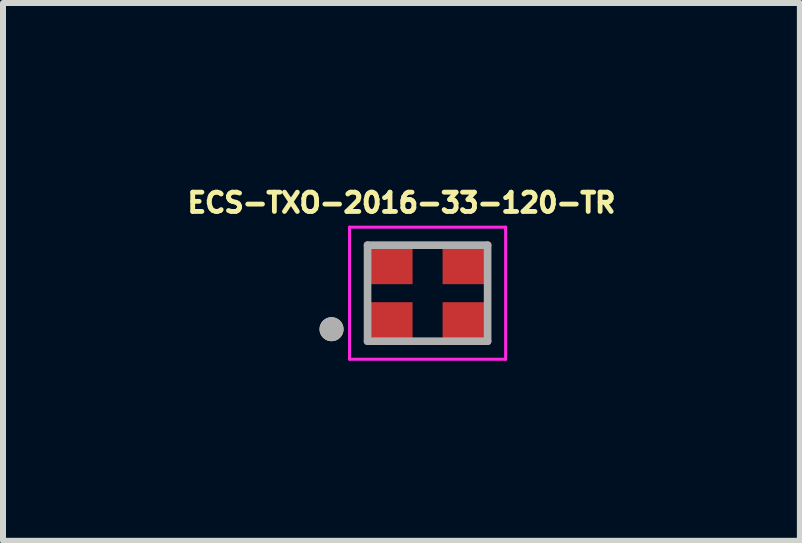
<source format=kicad_pcb>
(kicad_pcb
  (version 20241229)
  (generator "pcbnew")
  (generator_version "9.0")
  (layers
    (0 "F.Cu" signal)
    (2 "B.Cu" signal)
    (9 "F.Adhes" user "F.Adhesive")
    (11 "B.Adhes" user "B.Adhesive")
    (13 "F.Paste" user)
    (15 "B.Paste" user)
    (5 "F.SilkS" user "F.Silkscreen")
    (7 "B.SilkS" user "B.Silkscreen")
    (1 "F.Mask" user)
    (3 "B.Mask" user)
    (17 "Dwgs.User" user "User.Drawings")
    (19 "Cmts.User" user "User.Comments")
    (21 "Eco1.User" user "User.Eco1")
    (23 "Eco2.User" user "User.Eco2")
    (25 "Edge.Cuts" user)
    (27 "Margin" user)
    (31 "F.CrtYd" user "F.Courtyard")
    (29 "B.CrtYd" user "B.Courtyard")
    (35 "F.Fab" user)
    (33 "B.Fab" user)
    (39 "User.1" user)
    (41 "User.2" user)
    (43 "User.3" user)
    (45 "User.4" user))
  (footprint "ECS-TXO-2016-33-120-TR"
    (layer "F.Cu")
    (at 4.073 1.834)
    (property "Reference" "ECS-TXO-2016-33-120-TR" (at -0.435 -1.506 0) (layer "F.SilkS") (effects (font (size 0.321 0.321) (thickness 0.15))))
    (attr through_hole)
    (fp_circle (center -1.6 0.6) (end -1.5 0.6) (stroke (width 0.2) (type solid)) (fill no) (layer "F.SilkS"))
    (fp_line (start -1.3 -1.1) (end 1.3 -1.1) (stroke (width 0.05) (type solid)) (layer "F.CrtYd"))
    (fp_line (start -1.3 1.1) (end -1.3 -1.1) (stroke (width 0.05) (type solid)) (layer "F.CrtYd"))
    (fp_line (start 1.3 -1.1) (end 1.3 1.1) (stroke (width 0.05) (type solid)) (layer "F.CrtYd"))
    (fp_line (start 1.3 1.1) (end -1.3 1.1) (stroke (width 0.05) (type solid)) (layer "F.CrtYd"))
    (fp_line (start -1 -0.8) (end 1 -0.8) (stroke (width 0.127) (type solid)) (layer "F.Fab"))
    (fp_line (start -1 0.8) (end -1 -0.8) (stroke (width 0.127) (type solid)) (layer "F.Fab"))
    (fp_line (start 1 -0.8) (end 1 0.8) (stroke (width 0.127) (type solid)) (layer "F.Fab"))
    (fp_line (start 1 0.8) (end -1 0.8) (stroke (width 0.127) (type solid)) (layer "F.Fab"))
    (fp_circle (center -1.6 0.6) (end -1.5 0.6) (stroke (width 0.2) (type solid)) (fill no) (layer "F.Fab"))
    (pad "1" smd rect (at -0.65 0.5 90) (size 0.7 0.8) (layers "F.Cu" "F.Mask" "F.Paste"))
    (pad "2" smd rect (at 0.65 0.5 90) (size 0.7 0.8) (layers "F.Cu" "F.Mask" "F.Paste"))
    (pad "3" smd rect (at 0.65 -0.5 90) (size 0.7 0.8) (layers "F.Cu" "F.Mask" "F.Paste"))
    (pad "4" smd rect (at -0.65 -0.5 90) (size 0.7 0.8) (layers "F.Cu" "F.Mask" "F.Paste")))
  (gr_rect
    (start -3 -3)
    (end 10.275 5.959)
    (stroke (width 0.1) (type default))
    (fill no)
    (layer "Edge.Cuts")))
</source>
